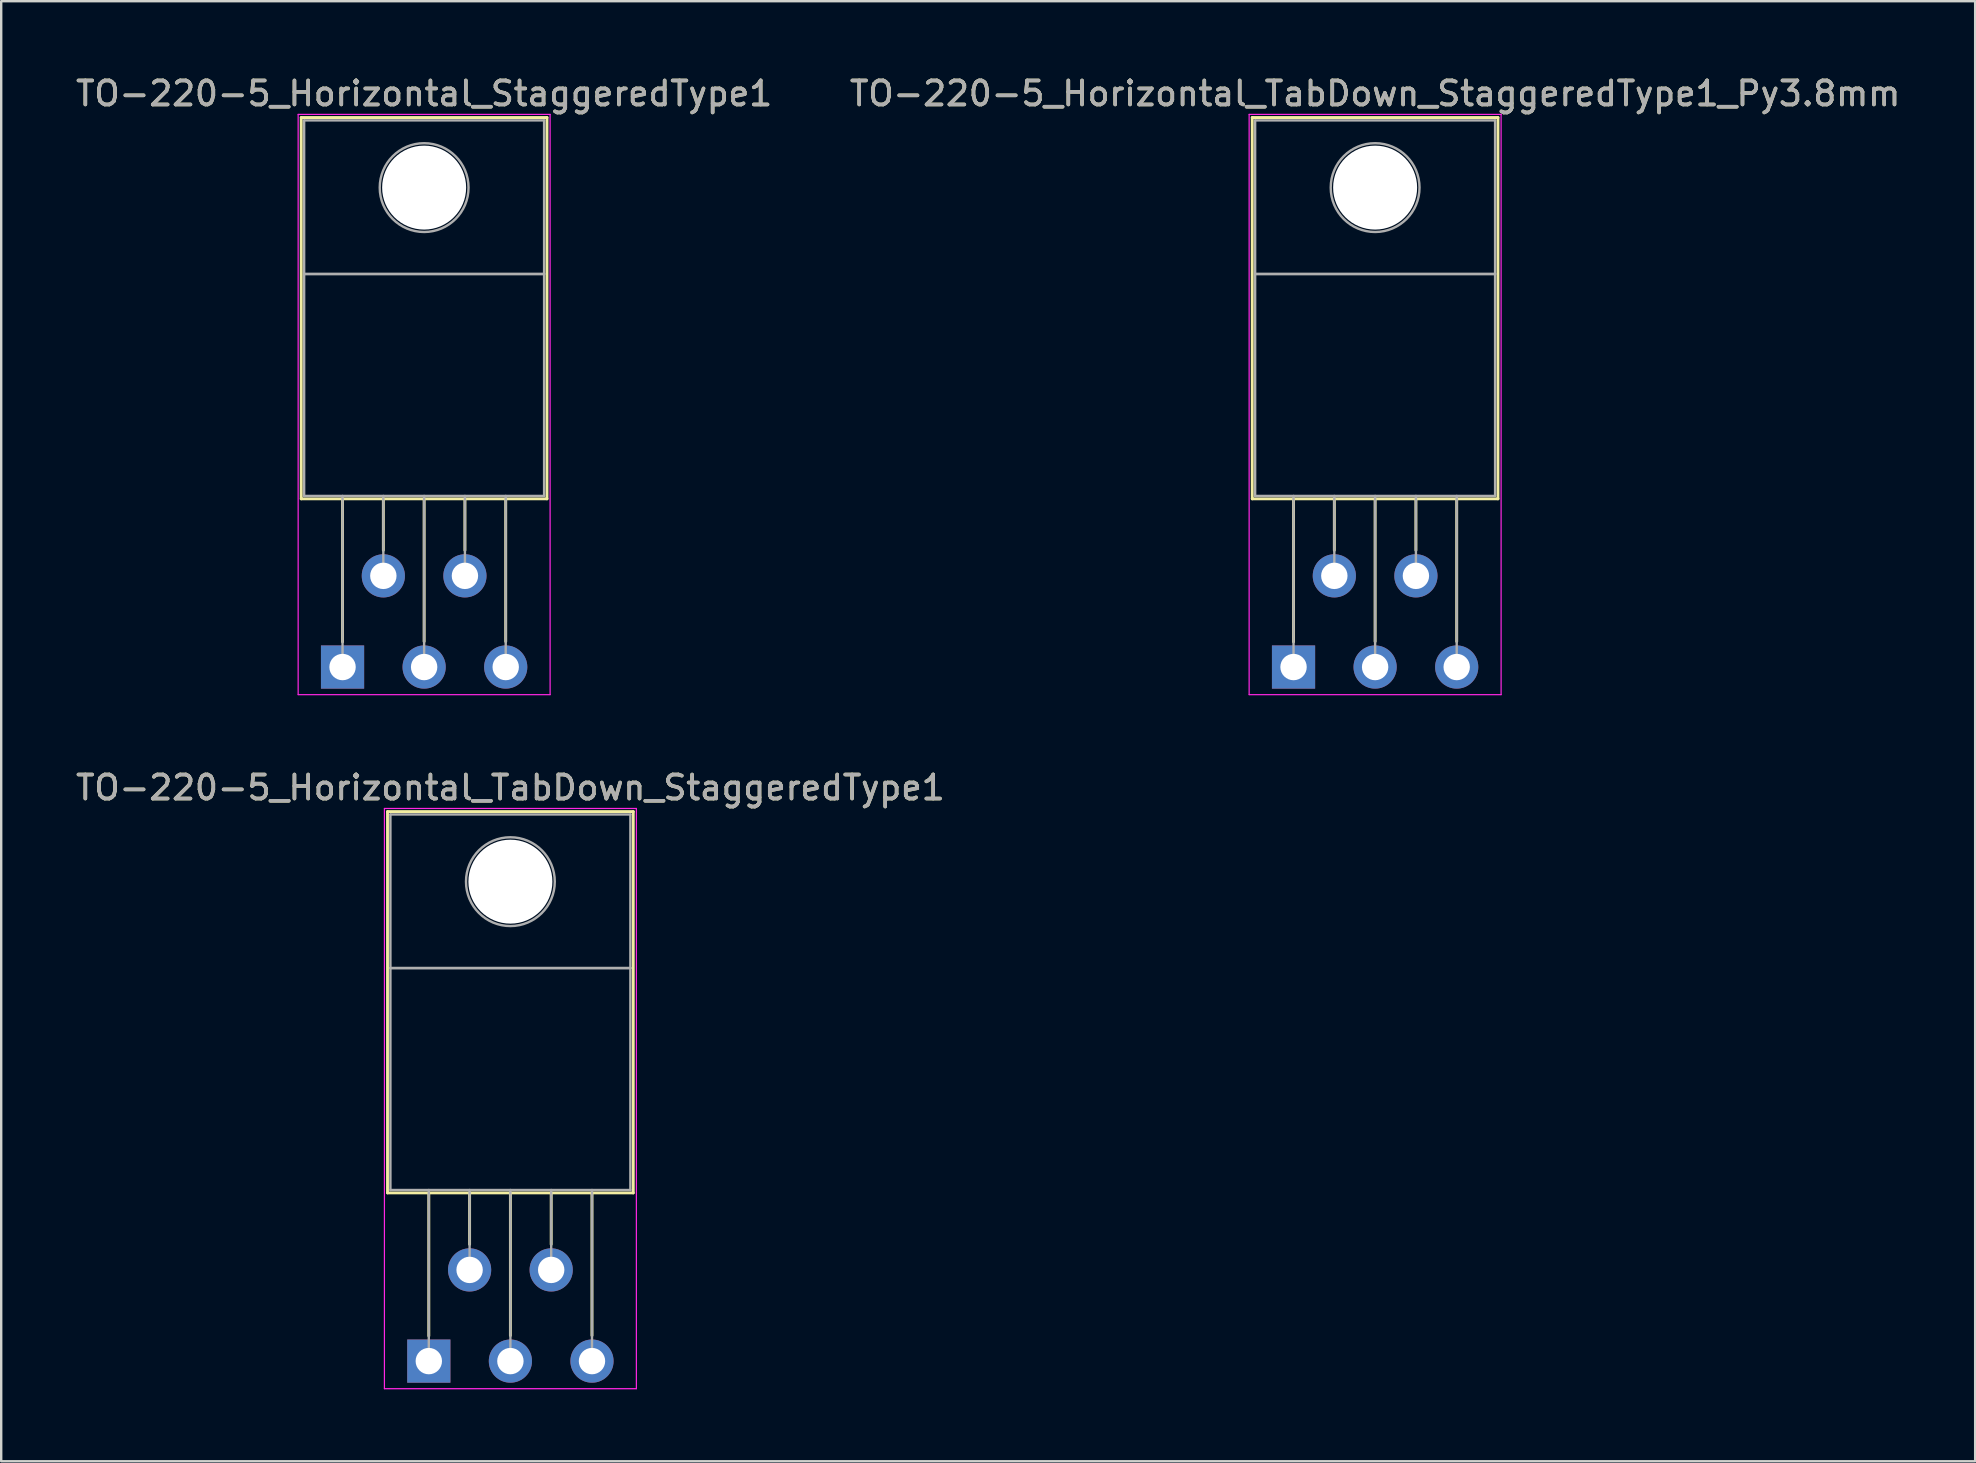
<source format=kicad_pcb>
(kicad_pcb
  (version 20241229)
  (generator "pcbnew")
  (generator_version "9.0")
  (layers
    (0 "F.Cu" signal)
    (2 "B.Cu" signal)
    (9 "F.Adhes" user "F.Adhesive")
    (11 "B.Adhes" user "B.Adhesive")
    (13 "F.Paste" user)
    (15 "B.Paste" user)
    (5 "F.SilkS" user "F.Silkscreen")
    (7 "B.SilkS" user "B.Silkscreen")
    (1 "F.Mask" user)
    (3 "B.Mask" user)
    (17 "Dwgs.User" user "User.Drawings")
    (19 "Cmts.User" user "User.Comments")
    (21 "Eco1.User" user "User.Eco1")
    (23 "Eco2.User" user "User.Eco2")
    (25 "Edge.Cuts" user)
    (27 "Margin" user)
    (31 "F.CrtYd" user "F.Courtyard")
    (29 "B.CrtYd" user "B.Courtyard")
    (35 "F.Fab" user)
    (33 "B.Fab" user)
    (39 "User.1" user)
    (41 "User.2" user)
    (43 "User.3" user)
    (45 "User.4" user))
  (footprint "TO-220-5_Horizontal_TabDown_StaggeredType1"
    (layer "F.Cu")
    (at 14.82 53.672)
    (property "Reference" "TO-220-5_Horizontal_TabDown_StaggeredType1" (at 3.4 -23.9 0) (layer "F.SilkS") (effects (font (size 1 1) (thickness 0.15))))
    (attr through_hole)
    (fp_line (start -1.721 -22.9) (end -1.721 -7.01) (stroke (width 0.12) (type solid)) (layer "F.SilkS"))
    (fp_line (start -1.721 -22.9) (end 8.52 -22.9) (stroke (width 0.12) (type solid)) (layer "F.SilkS"))
    (fp_line (start -1.721 -7.01) (end 8.52 -7.01) (stroke (width 0.12) (type solid)) (layer "F.SilkS"))
    (fp_line (start 0 -7.01) (end 0 -1.05) (stroke (width 0.12) (type solid)) (layer "F.SilkS"))
    (fp_line (start 1.7 -7.01) (end 1.7 -4.866) (stroke (width 0.12) (type solid)) (layer "F.SilkS"))
    (fp_line (start 3.4 -7.01) (end 3.4 -1.065) (stroke (width 0.12) (type solid)) (layer "F.SilkS"))
    (fp_line (start 5.1 -7.01) (end 5.1 -4.866) (stroke (width 0.12) (type solid)) (layer "F.SilkS"))
    (fp_line (start 6.8 -7.01) (end 6.8 -1.065) (stroke (width 0.12) (type solid)) (layer "F.SilkS"))
    (fp_line (start 8.52 -22.9) (end 8.52 -7.01) (stroke (width 0.12) (type solid)) (layer "F.SilkS"))
    (fp_line (start -1.85 -23.03) (end -1.85 1.15) (stroke (width 0.05) (type solid)) (layer "F.CrtYd"))
    (fp_line (start -1.85 1.15) (end 8.65 1.15) (stroke (width 0.05) (type solid)) (layer "F.CrtYd"))
    (fp_line (start 8.65 -23.03) (end -1.85 -23.03) (stroke (width 0.05) (type solid)) (layer "F.CrtYd"))
    (fp_line (start 8.65 1.15) (end 8.65 -23.03) (stroke (width 0.05) (type solid)) (layer "F.CrtYd"))
    (fp_line (start -1.6 -22.78) (end 8.4 -22.78) (stroke (width 0.1) (type solid)) (layer "F.Fab"))
    (fp_line (start -1.6 -16.38) (end -1.6 -22.78) (stroke (width 0.1) (type solid)) (layer "F.Fab"))
    (fp_line (start -1.6 -16.38) (end 8.4 -16.38) (stroke (width 0.1) (type solid)) (layer "F.Fab"))
    (fp_line (start -1.6 -7.13) (end -1.6 -16.38) (stroke (width 0.1) (type solid)) (layer "F.Fab"))
    (fp_line (start 0 -7.13) (end 0 0) (stroke (width 0.1) (type solid)) (layer "F.Fab"))
    (fp_line (start 1.7 -7.13) (end 1.7 -3.8) (stroke (width 0.1) (type solid)) (layer "F.Fab"))
    (fp_line (start 3.4 -7.13) (end 3.4 0) (stroke (width 0.1) (type solid)) (layer "F.Fab"))
    (fp_line (start 5.1 -7.13) (end 5.1 -3.8) (stroke (width 0.1) (type solid)) (layer "F.Fab"))
    (fp_line (start 6.8 -7.13) (end 6.8 0) (stroke (width 0.1) (type solid)) (layer "F.Fab"))
    (fp_line (start 8.4 -22.78) (end 8.4 -16.38) (stroke (width 0.1) (type solid)) (layer "F.Fab"))
    (fp_line (start 8.4 -16.38) (end -1.6 -16.38) (stroke (width 0.1) (type solid)) (layer "F.Fab"))
    (fp_line (start 8.4 -16.38) (end 8.4 -7.13) (stroke (width 0.1) (type solid)) (layer "F.Fab"))
    (fp_line (start 8.4 -7.13) (end -1.6 -7.13) (stroke (width 0.1) (type solid)) (layer "F.Fab"))
    (fp_circle (center 3.4 -19.98) (end 5.25 -19.98) (stroke (width 0.1) (type solid)) (fill no) (layer "F.Fab"))
    (fp_text user "${REFERENCE}" (at 3.4 -23.9 0) (layer "F.Fab") (effects (font (size 1 1) (thickness 0.15))))
    (pad "" np_thru_hole oval (at 3.4 -19.98) (size 3.5 3.5) (drill 3.5) (layers "*.Cu" "*.Mask"))
    (pad "1" thru_hole rect (at 0 0) (size 1.8 1.8) (drill 1.1) (layers "*.Cu" "*.Mask"))
    (pad "2" thru_hole oval (at 1.7 -3.8) (size 1.8 1.8) (drill 1.1) (layers "*.Cu" "*.Mask"))
    (pad "3" thru_hole oval (at 3.4 0) (size 1.8 1.8) (drill 1.1) (layers "*.Cu" "*.Mask"))
    (pad "4" thru_hole oval (at 5.1 -3.8) (size 1.8 1.8) (drill 1.1) (layers "*.Cu" "*.Mask"))
    (pad "5" thru_hole oval (at 6.8 0) (size 1.8 1.8) (drill 1.1) (layers "*.Cu" "*.Mask")))
  (footprint "TO-220-5_Horizontal_StaggeredType1"
    (layer "F.Cu")
    (at 11.225 24.748)
    (property "Reference" "TO-220-5_Horizontal_StaggeredType1" (at 3.4 -23.9 0) (layer "F.SilkS") (effects (font (size 1 1) (thickness 0.15))))
    (attr through_hole)
    (fp_line (start -1.721 -22.9) (end -1.721 -7.01) (stroke (width 0.12) (type solid)) (layer "F.SilkS"))
    (fp_line (start -1.721 -22.9) (end 8.52 -22.9) (stroke (width 0.12) (type solid)) (layer "F.SilkS"))
    (fp_line (start -1.721 -7.01) (end 8.52 -7.01) (stroke (width 0.12) (type solid)) (layer "F.SilkS"))
    (fp_line (start 0 -7.01) (end 0 -1.05) (stroke (width 0.12) (type solid)) (layer "F.SilkS"))
    (fp_line (start 1.7 -7.01) (end 1.7 -4.866) (stroke (width 0.12) (type solid)) (layer "F.SilkS"))
    (fp_line (start 3.4 -7.01) (end 3.4 -1.065) (stroke (width 0.12) (type solid)) (layer "F.SilkS"))
    (fp_line (start 5.1 -7.01) (end 5.1 -4.866) (stroke (width 0.12) (type solid)) (layer "F.SilkS"))
    (fp_line (start 6.8 -7.01) (end 6.8 -1.065) (stroke (width 0.12) (type solid)) (layer "F.SilkS"))
    (fp_line (start 8.52 -22.9) (end 8.52 -7.01) (stroke (width 0.12) (type solid)) (layer "F.SilkS"))
    (fp_line (start -1.85 -23.03) (end -1.85 1.15) (stroke (width 0.05) (type solid)) (layer "F.CrtYd"))
    (fp_line (start -1.85 1.15) (end 8.65 1.15) (stroke (width 0.05) (type solid)) (layer "F.CrtYd"))
    (fp_line (start 8.65 -23.03) (end -1.85 -23.03) (stroke (width 0.05) (type solid)) (layer "F.CrtYd"))
    (fp_line (start 8.65 1.15) (end 8.65 -23.03) (stroke (width 0.05) (type solid)) (layer "F.CrtYd"))
    (fp_line (start -1.6 -22.78) (end 8.4 -22.78) (stroke (width 0.1) (type solid)) (layer "F.Fab"))
    (fp_line (start -1.6 -16.38) (end -1.6 -22.78) (stroke (width 0.1) (type solid)) (layer "F.Fab"))
    (fp_line (start -1.6 -16.38) (end 8.4 -16.38) (stroke (width 0.1) (type solid)) (layer "F.Fab"))
    (fp_line (start -1.6 -7.13) (end -1.6 -16.38) (stroke (width 0.1) (type solid)) (layer "F.Fab"))
    (fp_line (start 0 -7.13) (end 0 0) (stroke (width 0.1) (type solid)) (layer "F.Fab"))
    (fp_line (start 1.7 -7.13) (end 1.7 -3.8) (stroke (width 0.1) (type solid)) (layer "F.Fab"))
    (fp_line (start 3.4 -7.13) (end 3.4 0) (stroke (width 0.1) (type solid)) (layer "F.Fab"))
    (fp_line (start 5.1 -7.13) (end 5.1 -3.8) (stroke (width 0.1) (type solid)) (layer "F.Fab"))
    (fp_line (start 6.8 -7.13) (end 6.8 0) (stroke (width 0.1) (type solid)) (layer "F.Fab"))
    (fp_line (start 8.4 -22.78) (end 8.4 -16.38) (stroke (width 0.1) (type solid)) (layer "F.Fab"))
    (fp_line (start 8.4 -16.38) (end -1.6 -16.38) (stroke (width 0.1) (type solid)) (layer "F.Fab"))
    (fp_line (start 8.4 -16.38) (end 8.4 -7.13) (stroke (width 0.1) (type solid)) (layer "F.Fab"))
    (fp_line (start 8.4 -7.13) (end -1.6 -7.13) (stroke (width 0.1) (type solid)) (layer "F.Fab"))
    (fp_circle (center 3.4 -19.98) (end 5.25 -19.98) (stroke (width 0.1) (type solid)) (fill no) (layer "F.Fab"))
    (fp_text user "${REFERENCE}" (at 3.4 -23.9 0) (layer "F.Fab") (effects (font (size 1 1) (thickness 0.15))))
    (pad "" np_thru_hole oval (at 3.4 -19.98) (size 3.5 3.5) (drill 3.5) (layers "*.Cu" "*.Mask"))
    (pad "1" thru_hole rect (at 0 0) (size 1.8 1.8) (drill 1.1) (layers "*.Cu" "*.Mask"))
    (pad "2" thru_hole oval (at 1.7 -3.8) (size 1.8 1.8) (drill 1.1) (layers "*.Cu" "*.Mask"))
    (pad "3" thru_hole oval (at 3.4 0) (size 1.8 1.8) (drill 1.1) (layers "*.Cu" "*.Mask"))
    (pad "4" thru_hole oval (at 5.1 -3.8) (size 1.8 1.8) (drill 1.1) (layers "*.Cu" "*.Mask"))
    (pad "5" thru_hole oval (at 6.8 0) (size 1.8 1.8) (drill 1.1) (layers "*.Cu" "*.Mask")))
  (footprint "TO-220-5_Horizontal_TabDown_StaggeredType1_Py3.8mm"
    (layer "F.Cu")
    (at 50.856 24.748)
    (property "Reference" "TO-220-5_Horizontal_TabDown_StaggeredType1_Py3.8mm" (at 3.4 -23.9 0) (layer "F.SilkS") (effects (font (size 1 1) (thickness 0.15))))
    (attr through_hole)
    (fp_line (start -1.721 -22.9) (end -1.721 -7.01) (stroke (width 0.12) (type solid)) (layer "F.SilkS"))
    (fp_line (start -1.721 -22.9) (end 8.52 -22.9) (stroke (width 0.12) (type solid)) (layer "F.SilkS"))
    (fp_line (start -1.721 -7.01) (end 8.52 -7.01) (stroke (width 0.12) (type solid)) (layer "F.SilkS"))
    (fp_line (start 0 -7.01) (end 0 -1.05) (stroke (width 0.12) (type solid)) (layer "F.SilkS"))
    (fp_line (start 1.7 -7.01) (end 1.7 -4.866) (stroke (width 0.12) (type solid)) (layer "F.SilkS"))
    (fp_line (start 3.4 -7.01) (end 3.4 -1.065) (stroke (width 0.12) (type solid)) (layer "F.SilkS"))
    (fp_line (start 5.1 -7.01) (end 5.1 -4.866) (stroke (width 0.12) (type solid)) (layer "F.SilkS"))
    (fp_line (start 6.8 -7.01) (end 6.8 -1.065) (stroke (width 0.12) (type solid)) (layer "F.SilkS"))
    (fp_line (start 8.52 -22.9) (end 8.52 -7.01) (stroke (width 0.12) (type solid)) (layer "F.SilkS"))
    (fp_line (start -1.85 -23.03) (end -1.85 1.15) (stroke (width 0.05) (type solid)) (layer "F.CrtYd"))
    (fp_line (start -1.85 1.15) (end 8.65 1.15) (stroke (width 0.05) (type solid)) (layer "F.CrtYd"))
    (fp_line (start 8.65 -23.03) (end -1.85 -23.03) (stroke (width 0.05) (type solid)) (layer "F.CrtYd"))
    (fp_line (start 8.65 1.15) (end 8.65 -23.03) (stroke (width 0.05) (type solid)) (layer "F.CrtYd"))
    (fp_line (start -1.6 -22.78) (end 8.4 -22.78) (stroke (width 0.1) (type solid)) (layer "F.Fab"))
    (fp_line (start -1.6 -16.38) (end -1.6 -22.78) (stroke (width 0.1) (type solid)) (layer "F.Fab"))
    (fp_line (start -1.6 -16.38) (end 8.4 -16.38) (stroke (width 0.1) (type solid)) (layer "F.Fab"))
    (fp_line (start -1.6 -7.13) (end -1.6 -16.38) (stroke (width 0.1) (type solid)) (layer "F.Fab"))
    (fp_line (start 0 -7.13) (end 0 0) (stroke (width 0.1) (type solid)) (layer "F.Fab"))
    (fp_line (start 1.7 -7.13) (end 1.7 -3.8) (stroke (width 0.1) (type solid)) (layer "F.Fab"))
    (fp_line (start 3.4 -7.13) (end 3.4 0) (stroke (width 0.1) (type solid)) (layer "F.Fab"))
    (fp_line (start 5.1 -7.13) (end 5.1 -3.8) (stroke (width 0.1) (type solid)) (layer "F.Fab"))
    (fp_line (start 6.8 -7.13) (end 6.8 0) (stroke (width 0.1) (type solid)) (layer "F.Fab"))
    (fp_line (start 8.4 -22.78) (end 8.4 -16.38) (stroke (width 0.1) (type solid)) (layer "F.Fab"))
    (fp_line (start 8.4 -16.38) (end -1.6 -16.38) (stroke (width 0.1) (type solid)) (layer "F.Fab"))
    (fp_line (start 8.4 -16.38) (end 8.4 -7.13) (stroke (width 0.1) (type solid)) (layer "F.Fab"))
    (fp_line (start 8.4 -7.13) (end -1.6 -7.13) (stroke (width 0.1) (type solid)) (layer "F.Fab"))
    (fp_circle (center 3.4 -19.98) (end 5.25 -19.98) (stroke (width 0.1) (type solid)) (fill no) (layer "F.Fab"))
    (fp_text user "${REFERENCE}" (at 3.4 -23.9 0) (layer "F.Fab") (effects (font (size 1 1) (thickness 0.15))))
    (pad "" np_thru_hole oval (at 3.4 -19.98) (size 3.5 3.5) (drill 3.5) (layers "*.Cu" "*.Mask"))
    (pad "1" thru_hole rect (at 0 0) (size 1.8 1.8) (drill 1.1) (layers "*.Cu" "*.Mask"))
    (pad "2" thru_hole oval (at 1.7 -3.8) (size 1.8 1.8) (drill 1.1) (layers "*.Cu" "*.Mask"))
    (pad "3" thru_hole oval (at 3.4 0) (size 1.8 1.8) (drill 1.1) (layers "*.Cu" "*.Mask"))
    (pad "4" thru_hole oval (at 5.1 -3.8) (size 1.8 1.8) (drill 1.1) (layers "*.Cu" "*.Mask"))
    (pad "5" thru_hole oval (at 6.8 0) (size 1.8 1.8) (drill 1.1) (layers "*.Cu" "*.Mask")))
  (gr_rect
    (start -3 -3)
    (end 79.262 57.846)
    (stroke (width 0.1) (type default))
    (fill no)
    (layer "Edge.Cuts")))
</source>
